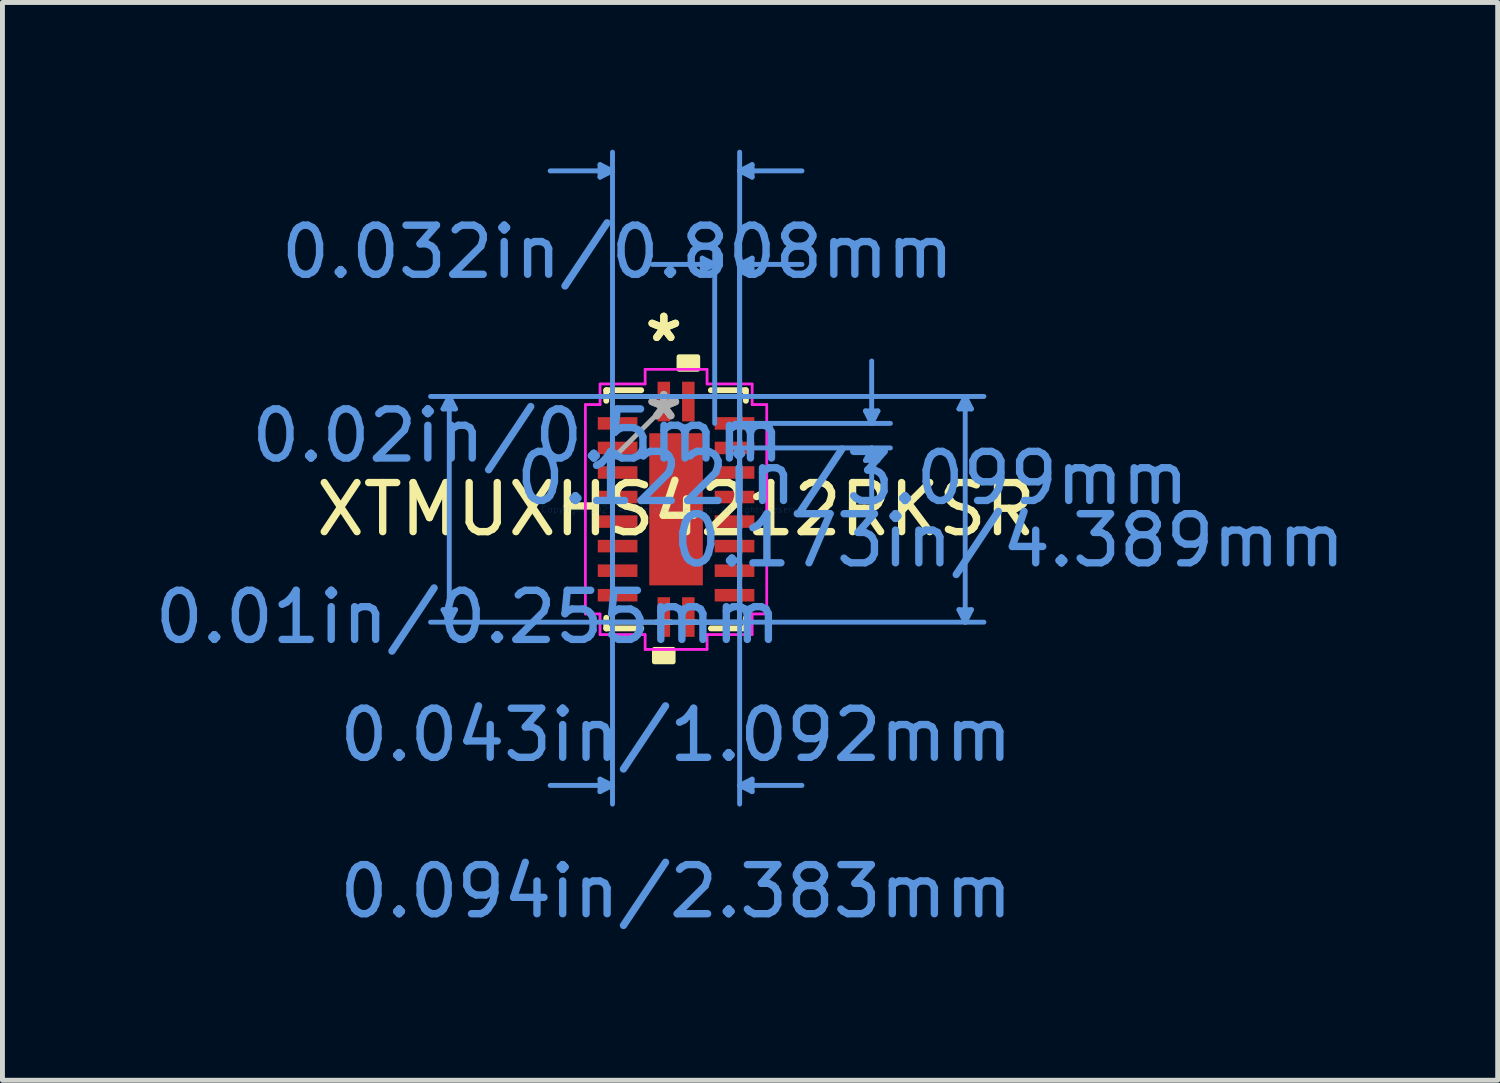
<source format=kicad_pcb>
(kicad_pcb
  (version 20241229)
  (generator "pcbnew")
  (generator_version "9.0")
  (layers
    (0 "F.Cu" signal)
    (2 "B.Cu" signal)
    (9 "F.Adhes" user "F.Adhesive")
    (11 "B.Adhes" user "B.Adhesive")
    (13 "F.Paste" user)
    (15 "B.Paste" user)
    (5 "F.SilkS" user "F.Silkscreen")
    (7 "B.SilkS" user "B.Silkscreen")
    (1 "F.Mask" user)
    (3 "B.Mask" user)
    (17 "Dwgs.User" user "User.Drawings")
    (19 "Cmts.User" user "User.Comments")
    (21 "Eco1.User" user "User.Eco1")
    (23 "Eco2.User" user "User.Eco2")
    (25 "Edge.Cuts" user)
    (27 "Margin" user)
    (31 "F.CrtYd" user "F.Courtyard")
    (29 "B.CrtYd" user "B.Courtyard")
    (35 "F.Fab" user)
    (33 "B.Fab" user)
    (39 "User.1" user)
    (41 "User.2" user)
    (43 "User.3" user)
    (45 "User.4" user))
  (footprint "XTMUXHS4212RKSR"
    (layer "F.Cu")
    (at 10.722 7.325)
    (property "Reference" "XTMUXHS4212RKSR" (at 0 0 0) (layer "F.SilkS") (effects (font (size 1 1) (thickness 0.15))))
    (attr through_hole)
    (fp_line (start -1.422 -2.426) (end -1.422 -2.211) (stroke (width 0.12) (type solid)) (layer "F.SilkS"))
    (fp_line (start -1.422 2.211) (end -1.422 2.426) (stroke (width 0.12) (type solid)) (layer "F.SilkS"))
    (fp_line (start -1.422 2.426) (end -0.71 2.426) (stroke (width 0.12) (type solid)) (layer "F.SilkS"))
    (fp_line (start -0.71 -2.426) (end -1.422 -2.426) (stroke (width 0.12) (type solid)) (layer "F.SilkS"))
    (fp_line (start 0.71 2.426) (end 1.422 2.426) (stroke (width 0.12) (type solid)) (layer "F.SilkS"))
    (fp_line (start 1.422 -2.426) (end 0.71 -2.426) (stroke (width 0.12) (type solid)) (layer "F.SilkS"))
    (fp_line (start 1.422 -2.211) (end 1.422 -2.426) (stroke (width 0.12) (type solid)) (layer "F.SilkS"))
    (fp_line (start 1.422 2.426) (end 1.422 2.211) (stroke (width 0.12) (type solid)) (layer "F.SilkS"))
    (fp_poly (pts (xy -0.441 2.853) (xy -0.441 3.107) (xy -0.06 3.107) (xy -0.06 2.853)) (stroke (width 0.1) (type solid)) (fill yes) (layer "F.SilkS"))
    (fp_poly (pts (xy 0.06 -2.853) (xy 0.06 -3.107) (xy 0.441 -3.107) (xy 0.441 -2.853)) (stroke (width 0.1) (type solid)) (fill yes) (layer "F.SilkS"))
    (fp_poly (pts (xy -0.446 -1.449) (xy -0.446 -0.1) (xy 0.446 -0.1) (xy 0.446 -1.449)) (stroke (width 0.1) (type solid)) (fill yes) (layer "F.Paste"))
    (fp_poly (pts (xy -0.446 0.1) (xy -0.446 1.449) (xy 0.446 1.449) (xy 0.446 0.1)) (stroke (width 0.1) (type solid)) (fill yes) (layer "F.Paste"))
    (fp_line (start -4.747 -2.045) (end -4.493 -2.045) (stroke (width 0.1) (type solid)) (layer "Cmts.User"))
    (fp_line (start -4.747 2.045) (end -4.493 2.045) (stroke (width 0.1) (type solid)) (layer "Cmts.User"))
    (fp_line (start -4.62 -2.299) (end -4.747 -2.045) (stroke (width 0.1) (type solid)) (layer "Cmts.User"))
    (fp_line (start -4.62 -2.299) (end -4.62 2.299) (stroke (width 0.1) (type solid)) (layer "Cmts.User"))
    (fp_line (start -4.62 -2.299) (end -4.493 -2.045) (stroke (width 0.1) (type solid)) (layer "Cmts.User"))
    (fp_line (start -4.62 2.299) (end -4.747 2.045) (stroke (width 0.1) (type solid)) (layer "Cmts.User"))
    (fp_line (start -4.62 2.299) (end -4.493 2.045) (stroke (width 0.1) (type solid)) (layer "Cmts.User"))
    (fp_line (start -1.549 -7.021) (end -1.549 -6.767) (stroke (width 0.1) (type solid)) (layer "Cmts.User"))
    (fp_line (start -1.549 5.497) (end -1.549 5.751) (stroke (width 0.1) (type solid)) (layer "Cmts.User"))
    (fp_line (start -1.295 -6.894) (end -2.565 -6.894) (stroke (width 0.1) (type solid)) (layer "Cmts.User"))
    (fp_line (start -1.295 -6.894) (end -1.549 -7.021) (stroke (width 0.1) (type solid)) (layer "Cmts.User"))
    (fp_line (start -1.295 -6.894) (end -1.549 -6.767) (stroke (width 0.1) (type solid)) (layer "Cmts.User"))
    (fp_line (start -1.295 -2.299) (end -1.295 6.005) (stroke (width 0.1) (type solid)) (layer "Cmts.User"))
    (fp_line (start -1.295 -1.75) (end -1.295 -7.275) (stroke (width 0.1) (type solid)) (layer "Cmts.User"))
    (fp_line (start -1.295 5.624) (end -2.565 5.624) (stroke (width 0.1) (type solid)) (layer "Cmts.User"))
    (fp_line (start -1.295 5.624) (end -1.549 5.497) (stroke (width 0.1) (type solid)) (layer "Cmts.User"))
    (fp_line (start -1.295 5.624) (end -1.549 5.751) (stroke (width 0.1) (type solid)) (layer "Cmts.User"))
    (fp_line (start 0.25 -2.299) (end 6.271 -2.299) (stroke (width 0.1) (type solid)) (layer "Cmts.User"))
    (fp_line (start 0.25 2.299) (end 6.271 2.299) (stroke (width 0.1) (type solid)) (layer "Cmts.User"))
    (fp_line (start 0.533 -5.116) (end 0.533 -4.862) (stroke (width 0.1) (type solid)) (layer "Cmts.User"))
    (fp_line (start 0.787 -4.989) (end -0.483 -4.989) (stroke (width 0.1) (type solid)) (layer "Cmts.User"))
    (fp_line (start 0.787 -4.989) (end 0.533 -5.116) (stroke (width 0.1) (type solid)) (layer "Cmts.User"))
    (fp_line (start 0.787 -4.989) (end 0.533 -4.862) (stroke (width 0.1) (type solid)) (layer "Cmts.User"))
    (fp_line (start 0.787 -1.75) (end 0.787 -5.37) (stroke (width 0.1) (type solid)) (layer "Cmts.User"))
    (fp_line (start 1.191 -1.75) (end 4.366 -1.75) (stroke (width 0.1) (type solid)) (layer "Cmts.User"))
    (fp_line (start 1.191 -1.25) (end 4.366 -1.25) (stroke (width 0.1) (type solid)) (layer "Cmts.User"))
    (fp_line (start 1.295 -6.894) (end 1.549 -7.021) (stroke (width 0.1) (type solid)) (layer "Cmts.User"))
    (fp_line (start 1.295 -6.894) (end 1.549 -6.767) (stroke (width 0.1) (type solid)) (layer "Cmts.User"))
    (fp_line (start 1.295 -6.894) (end 2.565 -6.894) (stroke (width 0.1) (type solid)) (layer "Cmts.User"))
    (fp_line (start 1.295 -4.989) (end 1.549 -5.116) (stroke (width 0.1) (type solid)) (layer "Cmts.User"))
    (fp_line (start 1.295 -4.989) (end 1.549 -4.862) (stroke (width 0.1) (type solid)) (layer "Cmts.User"))
    (fp_line (start 1.295 -4.989) (end 2.565 -4.989) (stroke (width 0.1) (type solid)) (layer "Cmts.User"))
    (fp_line (start 1.295 -2.299) (end -5.001 -2.299) (stroke (width 0.1) (type solid)) (layer "Cmts.User"))
    (fp_line (start 1.295 -2.299) (end 1.295 6.005) (stroke (width 0.1) (type solid)) (layer "Cmts.User"))
    (fp_line (start 1.295 -1.75) (end 1.295 -7.275) (stroke (width 0.1) (type solid)) (layer "Cmts.User"))
    (fp_line (start 1.295 -1.75) (end 1.295 -5.37) (stroke (width 0.1) (type solid)) (layer "Cmts.User"))
    (fp_line (start 1.295 2.299) (end -5.001 2.299) (stroke (width 0.1) (type solid)) (layer "Cmts.User"))
    (fp_line (start 1.295 5.624) (end 1.549 5.497) (stroke (width 0.1) (type solid)) (layer "Cmts.User"))
    (fp_line (start 1.295 5.624) (end 1.549 5.751) (stroke (width 0.1) (type solid)) (layer "Cmts.User"))
    (fp_line (start 1.295 5.624) (end 2.565 5.624) (stroke (width 0.1) (type solid)) (layer "Cmts.User"))
    (fp_line (start 1.549 -7.021) (end 1.549 -6.767) (stroke (width 0.1) (type solid)) (layer "Cmts.User"))
    (fp_line (start 1.549 -5.116) (end 1.549 -4.862) (stroke (width 0.1) (type solid)) (layer "Cmts.User"))
    (fp_line (start 1.549 5.497) (end 1.549 5.751) (stroke (width 0.1) (type solid)) (layer "Cmts.User"))
    (fp_line (start 3.858 -2.004) (end 4.112 -2.004) (stroke (width 0.1) (type solid)) (layer "Cmts.User"))
    (fp_line (start 3.858 -0.996) (end 4.112 -0.996) (stroke (width 0.1) (type solid)) (layer "Cmts.User"))
    (fp_line (start 3.985 -1.75) (end 3.858 -2.004) (stroke (width 0.1) (type solid)) (layer "Cmts.User"))
    (fp_line (start 3.985 -1.75) (end 3.985 -3.02) (stroke (width 0.1) (type solid)) (layer "Cmts.User"))
    (fp_line (start 3.985 -1.75) (end 4.112 -2.004) (stroke (width 0.1) (type solid)) (layer "Cmts.User"))
    (fp_line (start 3.985 -1.25) (end 3.858 -0.996) (stroke (width 0.1) (type solid)) (layer "Cmts.User"))
    (fp_line (start 3.985 -1.25) (end 3.985 0.02) (stroke (width 0.1) (type solid)) (layer "Cmts.User"))
    (fp_line (start 3.985 -1.25) (end 4.112 -0.996) (stroke (width 0.1) (type solid)) (layer "Cmts.User"))
    (fp_line (start 5.763 -2.045) (end 6.017 -2.045) (stroke (width 0.1) (type solid)) (layer "Cmts.User"))
    (fp_line (start 5.763 2.045) (end 6.017 2.045) (stroke (width 0.1) (type solid)) (layer "Cmts.User"))
    (fp_line (start 5.89 -2.299) (end 5.763 -2.045) (stroke (width 0.1) (type solid)) (layer "Cmts.User"))
    (fp_line (start 5.89 -2.299) (end 5.89 2.299) (stroke (width 0.1) (type solid)) (layer "Cmts.User"))
    (fp_line (start 5.89 -2.299) (end 6.017 -2.045) (stroke (width 0.1) (type solid)) (layer "Cmts.User"))
    (fp_line (start 5.89 2.299) (end 5.763 2.045) (stroke (width 0.1) (type solid)) (layer "Cmts.User"))
    (fp_line (start 5.89 2.299) (end 6.017 2.045) (stroke (width 0.1) (type solid)) (layer "Cmts.User"))
    (fp_line (start -1.849 -2.132) (end -1.549 -2.132) (stroke (width 0.05) (type solid)) (layer "F.CrtYd"))
    (fp_line (start -1.849 -2.132) (end -1.549 -2.132) (stroke (width 0.05) (type solid)) (layer "F.CrtYd"))
    (fp_line (start -1.849 2.132) (end -1.849 -2.132) (stroke (width 0.05) (type solid)) (layer "F.CrtYd"))
    (fp_line (start -1.849 2.132) (end -1.849 -2.132) (stroke (width 0.05) (type solid)) (layer "F.CrtYd"))
    (fp_line (start -1.549 -2.553) (end -0.631 -2.553) (stroke (width 0.05) (type solid)) (layer "F.CrtYd"))
    (fp_line (start -1.549 -2.553) (end -0.631 -2.553) (stroke (width 0.05) (type solid)) (layer "F.CrtYd"))
    (fp_line (start -1.549 -2.132) (end -1.549 -2.553) (stroke (width 0.05) (type solid)) (layer "F.CrtYd"))
    (fp_line (start -1.549 -2.132) (end -1.549 -2.553) (stroke (width 0.05) (type solid)) (layer "F.CrtYd"))
    (fp_line (start -1.549 2.132) (end -1.849 2.132) (stroke (width 0.05) (type solid)) (layer "F.CrtYd"))
    (fp_line (start -1.549 2.132) (end -1.849 2.132) (stroke (width 0.05) (type solid)) (layer "F.CrtYd"))
    (fp_line (start -1.549 2.553) (end -1.549 2.132) (stroke (width 0.05) (type solid)) (layer "F.CrtYd"))
    (fp_line (start -1.549 2.553) (end -1.549 2.132) (stroke (width 0.05) (type solid)) (layer "F.CrtYd"))
    (fp_line (start -0.631 -2.853) (end 0.631 -2.853) (stroke (width 0.05) (type solid)) (layer "F.CrtYd"))
    (fp_line (start -0.631 -2.853) (end 0.631 -2.853) (stroke (width 0.05) (type solid)) (layer "F.CrtYd"))
    (fp_line (start -0.631 -2.553) (end -0.631 -2.853) (stroke (width 0.05) (type solid)) (layer "F.CrtYd"))
    (fp_line (start -0.631 -2.553) (end -0.631 -2.853) (stroke (width 0.05) (type solid)) (layer "F.CrtYd"))
    (fp_line (start -0.631 2.553) (end -1.549 2.553) (stroke (width 0.05) (type solid)) (layer "F.CrtYd"))
    (fp_line (start -0.631 2.553) (end -1.549 2.553) (stroke (width 0.05) (type solid)) (layer "F.CrtYd"))
    (fp_line (start -0.631 2.853) (end -0.631 2.553) (stroke (width 0.05) (type solid)) (layer "F.CrtYd"))
    (fp_line (start -0.631 2.853) (end -0.631 2.553) (stroke (width 0.05) (type solid)) (layer "F.CrtYd"))
    (fp_line (start 0.631 -2.853) (end 0.631 -2.553) (stroke (width 0.05) (type solid)) (layer "F.CrtYd"))
    (fp_line (start 0.631 -2.853) (end 0.631 -2.553) (stroke (width 0.05) (type solid)) (layer "F.CrtYd"))
    (fp_line (start 0.631 -2.553) (end 1.549 -2.553) (stroke (width 0.05) (type solid)) (layer "F.CrtYd"))
    (fp_line (start 0.631 -2.553) (end 1.549 -2.553) (stroke (width 0.05) (type solid)) (layer "F.CrtYd"))
    (fp_line (start 0.631 2.553) (end 0.631 2.853) (stroke (width 0.05) (type solid)) (layer "F.CrtYd"))
    (fp_line (start 0.631 2.553) (end 0.631 2.853) (stroke (width 0.05) (type solid)) (layer "F.CrtYd"))
    (fp_line (start 0.631 2.853) (end -0.631 2.853) (stroke (width 0.05) (type solid)) (layer "F.CrtYd"))
    (fp_line (start 0.631 2.853) (end -0.631 2.853) (stroke (width 0.05) (type solid)) (layer "F.CrtYd"))
    (fp_line (start 1.549 -2.553) (end 1.549 -2.132) (stroke (width 0.05) (type solid)) (layer "F.CrtYd"))
    (fp_line (start 1.549 -2.553) (end 1.549 -2.132) (stroke (width 0.05) (type solid)) (layer "F.CrtYd"))
    (fp_line (start 1.549 -2.132) (end 1.849 -2.132) (stroke (width 0.05) (type solid)) (layer "F.CrtYd"))
    (fp_line (start 1.549 -2.132) (end 1.849 -2.132) (stroke (width 0.05) (type solid)) (layer "F.CrtYd"))
    (fp_line (start 1.549 2.132) (end 1.549 2.553) (stroke (width 0.05) (type solid)) (layer "F.CrtYd"))
    (fp_line (start 1.549 2.132) (end 1.549 2.553) (stroke (width 0.05) (type solid)) (layer "F.CrtYd"))
    (fp_line (start 1.549 2.553) (end 0.631 2.553) (stroke (width 0.05) (type solid)) (layer "F.CrtYd"))
    (fp_line (start 1.549 2.553) (end 0.631 2.553) (stroke (width 0.05) (type solid)) (layer "F.CrtYd"))
    (fp_line (start 1.849 -2.132) (end 1.849 2.132) (stroke (width 0.05) (type solid)) (layer "F.CrtYd"))
    (fp_line (start 1.849 -2.132) (end 1.849 2.132) (stroke (width 0.05) (type solid)) (layer "F.CrtYd"))
    (fp_line (start 1.849 2.132) (end 1.549 2.132) (stroke (width 0.05) (type solid)) (layer "F.CrtYd"))
    (fp_line (start 1.849 2.132) (end 1.549 2.132) (stroke (width 0.05) (type solid)) (layer "F.CrtYd"))
    (fp_line (start -1.295 -2.299) (end -1.295 -2.299) (stroke (width 0.1) (type solid)) (layer "F.Fab"))
    (fp_line (start -1.295 -2.299) (end -1.295 2.299) (stroke (width 0.1) (type solid)) (layer "F.Fab"))
    (fp_line (start -1.295 -1.903) (end -1.295 -1.903) (stroke (width 0.1) (type solid)) (layer "F.Fab"))
    (fp_line (start -1.295 -1.903) (end -1.295 -1.598) (stroke (width 0.1) (type solid)) (layer "F.Fab"))
    (fp_line (start -1.295 -1.598) (end -1.295 -1.903) (stroke (width 0.1) (type solid)) (layer "F.Fab"))
    (fp_line (start -1.295 -1.598) (end -1.295 -1.598) (stroke (width 0.1) (type solid)) (layer "F.Fab"))
    (fp_line (start -1.295 -1.403) (end -1.295 -1.403) (stroke (width 0.1) (type solid)) (layer "F.Fab"))
    (fp_line (start -1.295 -1.403) (end -1.295 -1.098) (stroke (width 0.1) (type solid)) (layer "F.Fab"))
    (fp_line (start -1.295 -1.098) (end -1.295 -1.403) (stroke (width 0.1) (type solid)) (layer "F.Fab"))
    (fp_line (start -1.295 -1.098) (end -1.295 -1.098) (stroke (width 0.1) (type solid)) (layer "F.Fab"))
    (fp_line (start -1.295 -1.029) (end -0.025 -2.299) (stroke (width 0.1) (type solid)) (layer "F.Fab"))
    (fp_line (start -1.295 -0.903) (end -1.295 -0.903) (stroke (width 0.1) (type solid)) (layer "F.Fab"))
    (fp_line (start -1.295 -0.903) (end -1.295 -0.598) (stroke (width 0.1) (type solid)) (layer "F.Fab"))
    (fp_line (start -1.295 -0.598) (end -1.295 -0.903) (stroke (width 0.1) (type solid)) (layer "F.Fab"))
    (fp_line (start -1.295 -0.598) (end -1.295 -0.598) (stroke (width 0.1) (type solid)) (layer "F.Fab"))
    (fp_line (start -1.295 -0.402) (end -1.295 -0.402) (stroke (width 0.1) (type solid)) (layer "F.Fab"))
    (fp_line (start -1.295 -0.402) (end -1.295 -0.098) (stroke (width 0.1) (type solid)) (layer "F.Fab"))
    (fp_line (start -1.295 -0.098) (end -1.295 -0.402) (stroke (width 0.1) (type solid)) (layer "F.Fab"))
    (fp_line (start -1.295 -0.098) (end -1.295 -0.098) (stroke (width 0.1) (type solid)) (layer "F.Fab"))
    (fp_line (start -1.295 0.098) (end -1.295 0.098) (stroke (width 0.1) (type solid)) (layer "F.Fab"))
    (fp_line (start -1.295 0.098) (end -1.295 0.402) (stroke (width 0.1) (type solid)) (layer "F.Fab"))
    (fp_line (start -1.295 0.402) (end -1.295 0.098) (stroke (width 0.1) (type solid)) (layer "F.Fab"))
    (fp_line (start -1.295 0.402) (end -1.295 0.402) (stroke (width 0.1) (type solid)) (layer "F.Fab"))
    (fp_line (start -1.295 0.598) (end -1.295 0.598) (stroke (width 0.1) (type solid)) (layer "F.Fab"))
    (fp_line (start -1.295 0.598) (end -1.295 0.903) (stroke (width 0.1) (type solid)) (layer "F.Fab"))
    (fp_line (start -1.295 0.903) (end -1.295 0.598) (stroke (width 0.1) (type solid)) (layer "F.Fab"))
    (fp_line (start -1.295 0.903) (end -1.295 0.903) (stroke (width 0.1) (type solid)) (layer "F.Fab"))
    (fp_line (start -1.295 1.098) (end -1.295 1.098) (stroke (width 0.1) (type solid)) (layer "F.Fab"))
    (fp_line (start -1.295 1.098) (end -1.295 1.403) (stroke (width 0.1) (type solid)) (layer "F.Fab"))
    (fp_line (start -1.295 1.403) (end -1.295 1.098) (stroke (width 0.1) (type solid)) (layer "F.Fab"))
    (fp_line (start -1.295 1.403) (end -1.295 1.403) (stroke (width 0.1) (type solid)) (layer "F.Fab"))
    (fp_line (start -1.295 1.598) (end -1.295 1.598) (stroke (width 0.1) (type solid)) (layer "F.Fab"))
    (fp_line (start -1.295 1.598) (end -1.295 1.903) (stroke (width 0.1) (type solid)) (layer "F.Fab"))
    (fp_line (start -1.295 1.903) (end -1.295 1.598) (stroke (width 0.1) (type solid)) (layer "F.Fab"))
    (fp_line (start -1.295 1.903) (end -1.295 1.903) (stroke (width 0.1) (type solid)) (layer "F.Fab"))
    (fp_line (start -1.295 2.299) (end -1.295 2.299) (stroke (width 0.1) (type solid)) (layer "F.Fab"))
    (fp_line (start -1.295 2.299) (end 1.295 2.299) (stroke (width 0.1) (type solid)) (layer "F.Fab"))
    (fp_line (start -0.402 -2.299) (end -0.402 -2.299) (stroke (width 0.1) (type solid)) (layer "F.Fab"))
    (fp_line (start -0.402 -2.299) (end -0.098 -2.299) (stroke (width 0.1) (type solid)) (layer "F.Fab"))
    (fp_line (start -0.402 2.299) (end -0.402 2.299) (stroke (width 0.1) (type solid)) (layer "F.Fab"))
    (fp_line (start -0.402 2.299) (end -0.098 2.299) (stroke (width 0.1) (type solid)) (layer "F.Fab"))
    (fp_line (start -0.098 -2.299) (end -0.402 -2.299) (stroke (width 0.1) (type solid)) (layer "F.Fab"))
    (fp_line (start -0.098 -2.299) (end -0.098 -2.299) (stroke (width 0.1) (type solid)) (layer "F.Fab"))
    (fp_line (start -0.098 2.299) (end -0.402 2.299) (stroke (width 0.1) (type solid)) (layer "F.Fab"))
    (fp_line (start -0.098 2.299) (end -0.098 2.299) (stroke (width 0.1) (type solid)) (layer "F.Fab"))
    (fp_line (start 0.098 -2.299) (end 0.098 -2.299) (stroke (width 0.1) (type solid)) (layer "F.Fab"))
    (fp_line (start 0.098 -2.299) (end 0.402 -2.299) (stroke (width 0.1) (type solid)) (layer "F.Fab"))
    (fp_line (start 0.098 2.299) (end 0.098 2.299) (stroke (width 0.1) (type solid)) (layer "F.Fab"))
    (fp_line (start 0.098 2.299) (end 0.402 2.299) (stroke (width 0.1) (type solid)) (layer "F.Fab"))
    (fp_line (start 0.402 -2.299) (end 0.098 -2.299) (stroke (width 0.1) (type solid)) (layer "F.Fab"))
    (fp_line (start 0.402 -2.299) (end 0.402 -2.299) (stroke (width 0.1) (type solid)) (layer "F.Fab"))
    (fp_line (start 0.402 2.299) (end 0.098 2.299) (stroke (width 0.1) (type solid)) (layer "F.Fab"))
    (fp_line (start 0.402 2.299) (end 0.402 2.299) (stroke (width 0.1) (type solid)) (layer "F.Fab"))
    (fp_line (start 1.295 -2.299) (end -1.295 -2.299) (stroke (width 0.1) (type solid)) (layer "F.Fab"))
    (fp_line (start 1.295 -2.299) (end 1.295 -2.299) (stroke (width 0.1) (type solid)) (layer "F.Fab"))
    (fp_line (start 1.295 -1.903) (end 1.295 -1.903) (stroke (width 0.1) (type solid)) (layer "F.Fab"))
    (fp_line (start 1.295 -1.903) (end 1.295 -1.598) (stroke (width 0.1) (type solid)) (layer "F.Fab"))
    (fp_line (start 1.295 -1.598) (end 1.295 -1.903) (stroke (width 0.1) (type solid)) (layer "F.Fab"))
    (fp_line (start 1.295 -1.598) (end 1.295 -1.598) (stroke (width 0.1) (type solid)) (layer "F.Fab"))
    (fp_line (start 1.295 -1.403) (end 1.295 -1.403) (stroke (width 0.1) (type solid)) (layer "F.Fab"))
    (fp_line (start 1.295 -1.403) (end 1.295 -1.098) (stroke (width 0.1) (type solid)) (layer "F.Fab"))
    (fp_line (start 1.295 -1.098) (end 1.295 -1.403) (stroke (width 0.1) (type solid)) (layer "F.Fab"))
    (fp_line (start 1.295 -1.098) (end 1.295 -1.098) (stroke (width 0.1) (type solid)) (layer "F.Fab"))
    (fp_line (start 1.295 -0.903) (end 1.295 -0.903) (stroke (width 0.1) (type solid)) (layer "F.Fab"))
    (fp_line (start 1.295 -0.903) (end 1.295 -0.598) (stroke (width 0.1) (type solid)) (layer "F.Fab"))
    (fp_line (start 1.295 -0.598) (end 1.295 -0.903) (stroke (width 0.1) (type solid)) (layer "F.Fab"))
    (fp_line (start 1.295 -0.598) (end 1.295 -0.598) (stroke (width 0.1) (type solid)) (layer "F.Fab"))
    (fp_line (start 1.295 -0.402) (end 1.295 -0.402) (stroke (width 0.1) (type solid)) (layer "F.Fab"))
    (fp_line (start 1.295 -0.402) (end 1.295 -0.098) (stroke (width 0.1) (type solid)) (layer "F.Fab"))
    (fp_line (start 1.295 -0.098) (end 1.295 -0.402) (stroke (width 0.1) (type solid)) (layer "F.Fab"))
    (fp_line (start 1.295 -0.098) (end 1.295 -0.098) (stroke (width 0.1) (type solid)) (layer "F.Fab"))
    (fp_line (start 1.295 0.098) (end 1.295 0.098) (stroke (width 0.1) (type solid)) (layer "F.Fab"))
    (fp_line (start 1.295 0.098) (end 1.295 0.402) (stroke (width 0.1) (type solid)) (layer "F.Fab"))
    (fp_line (start 1.295 0.402) (end 1.295 0.098) (stroke (width 0.1) (type solid)) (layer "F.Fab"))
    (fp_line (start 1.295 0.402) (end 1.295 0.402) (stroke (width 0.1) (type solid)) (layer "F.Fab"))
    (fp_line (start 1.295 0.598) (end 1.295 0.598) (stroke (width 0.1) (type solid)) (layer "F.Fab"))
    (fp_line (start 1.295 0.598) (end 1.295 0.903) (stroke (width 0.1) (type solid)) (layer "F.Fab"))
    (fp_line (start 1.295 0.903) (end 1.295 0.598) (stroke (width 0.1) (type solid)) (layer "F.Fab"))
    (fp_line (start 1.295 0.903) (end 1.295 0.903) (stroke (width 0.1) (type solid)) (layer "F.Fab"))
    (fp_line (start 1.295 1.098) (end 1.295 1.098) (stroke (width 0.1) (type solid)) (layer "F.Fab"))
    (fp_line (start 1.295 1.098) (end 1.295 1.403) (stroke (width 0.1) (type solid)) (layer "F.Fab"))
    (fp_line (start 1.295 1.403) (end 1.295 1.098) (stroke (width 0.1) (type solid)) (layer "F.Fab"))
    (fp_line (start 1.295 1.403) (end 1.295 1.403) (stroke (width 0.1) (type solid)) (layer "F.Fab"))
    (fp_line (start 1.295 1.598) (end 1.295 1.598) (stroke (width 0.1) (type solid)) (layer "F.Fab"))
    (fp_line (start 1.295 1.598) (end 1.295 1.903) (stroke (width 0.1) (type solid)) (layer "F.Fab"))
    (fp_line (start 1.295 1.903) (end 1.295 1.598) (stroke (width 0.1) (type solid)) (layer "F.Fab"))
    (fp_line (start 1.295 1.903) (end 1.295 1.903) (stroke (width 0.1) (type solid)) (layer "F.Fab"))
    (fp_line (start 1.295 2.299) (end 1.295 -2.299) (stroke (width 0.1) (type solid)) (layer "F.Fab"))
    (fp_line (start 1.295 2.299) (end 1.295 2.299) (stroke (width 0.1) (type solid)) (layer "F.Fab"))
    (fp_text user "*" (at -0.25 -3.386 0) (layer "F.SilkS") (effects (font (size 1 1) (thickness 0.15))))
    (fp_text user "*" (at -0.25 -3.386 0) (layer "F.SilkS") (effects (font (size 1 1) (thickness 0.15))))
    (fp_text user "0.094in/2.383mm" (at 0 7.783 0) (layer "Cmts.User") (effects (font (size 1 1) (thickness 0.15))))
    (fp_text user "0.043in/1.092mm" (at 0 4.597 0) (layer "Cmts.User") (effects (font (size 1 1) (thickness 0.15))))
    (fp_text user "0.173in/4.389mm" (at 6.779 0.635 0) (layer "Cmts.User") (effects (font (size 1 1) (thickness 0.15))))
    (fp_text user "Copyright 2021 Accelerated Designs. All rights reserved." (at 0 0 0) (layer "Cmts.User") (effects (font (size 0.127 0.127) (thickness 0.002))))
    (fp_text user "0.02in/0.5mm" (at -3.223 -1.5 0) (layer "Cmts.User") (effects (font (size 1 1) (thickness 0.15))))
    (fp_text user "0.122in/3.099mm" (at 3.594 -0.635 0) (layer "Cmts.User") (effects (font (size 1 1) (thickness 0.15))))
    (fp_text user "0.032in/0.808mm" (at -1.191 -5.243 0) (layer "Cmts.User") (effects (font (size 1 1) (thickness 0.15))))
    (fp_text user "0.01in/0.255mm" (at -4.239 2.195 0) (layer "Cmts.User") (effects (font (size 1 1) (thickness 0.15))))
    (fp_text user "*" (at -0.25 -1.791 0) (layer "F.Fab") (effects (font (size 1 1) (thickness 0.15))))
    (fp_text user "*" (at -0.25 -1.791 0) (layer "F.Fab") (effects (font (size 1 1) (thickness 0.15))))
    (pad "1" smd rect (at -0.25 -2.195) (size 0.255 0.808) (layers "F.Cu" "F.Mask" "F.Paste"))
    (pad "2" smd rect (at -1.191 -1.75 90) (size 0.255 0.808) (layers "F.Cu" "F.Mask" "F.Paste"))
    (pad "3" smd rect (at -1.191 -1.25 90) (size 0.255 0.808) (layers "F.Cu" "F.Mask" "F.Paste"))
    (pad "4" smd rect (at -1.191 -0.75 90) (size 0.255 0.808) (layers "F.Cu" "F.Mask" "F.Paste"))
    (pad "5" smd rect (at -1.191 -0.25 90) (size 0.255 0.808) (layers "F.Cu" "F.Mask" "F.Paste"))
    (pad "6" smd rect (at -1.191 0.25 90) (size 0.255 0.808) (layers "F.Cu" "F.Mask" "F.Paste"))
    (pad "7" smd rect (at -1.191 0.75 90) (size 0.255 0.808) (layers "F.Cu" "F.Mask" "F.Paste"))
    (pad "8" smd rect (at -1.191 1.25 90) (size 0.255 0.808) (layers "F.Cu" "F.Mask" "F.Paste"))
    (pad "9" smd rect (at -1.191 1.75 90) (size 0.255 0.808) (layers "F.Cu" "F.Mask" "F.Paste"))
    (pad "10" smd rect (at -0.25 2.195) (size 0.255 0.808) (layers "F.Cu" "F.Mask" "F.Paste"))
    (pad "11" smd rect (at 0.25 2.195) (size 0.255 0.808) (layers "F.Cu" "F.Mask" "F.Paste"))
    (pad "12" smd rect (at 1.191 1.75 90) (size 0.255 0.808) (layers "F.Cu" "F.Mask" "F.Paste"))
    (pad "13" smd rect (at 1.191 1.25 90) (size 0.255 0.808) (layers "F.Cu" "F.Mask" "F.Paste"))
    (pad "14" smd rect (at 1.191 0.75 90) (size 0.255 0.808) (layers "F.Cu" "F.Mask" "F.Paste"))
    (pad "15" smd rect (at 1.191 0.25 90) (size 0.255 0.808) (layers "F.Cu" "F.Mask" "F.Paste"))
    (pad "16" smd rect (at 1.191 -0.25 90) (size 0.255 0.808) (layers "F.Cu" "F.Mask" "F.Paste"))
    (pad "17" smd rect (at 1.191 -0.75 90) (size 0.255 0.808) (layers "F.Cu" "F.Mask" "F.Paste"))
    (pad "18" smd rect (at 1.191 -1.25 90) (size 0.255 0.808) (layers "F.Cu" "F.Mask" "F.Paste"))
    (pad "19" smd rect (at 1.191 -1.75 90) (size 0.255 0.808) (layers "F.Cu" "F.Mask" "F.Paste"))
    (pad "20" smd rect (at 0.25 -2.195) (size 0.255 0.808) (layers "F.Cu" "F.Mask" "F.Paste"))
    (pad "21" smd rect (at 0 0) (size 1.092 3.099) (layers "F.Cu" "F.Mask")))
  (gr_rect
    (start -3 -3)
    (end 27.459 18.956)
    (stroke (width 0.1) (type default))
    (fill no)
    (layer "Edge.Cuts")))
</source>
